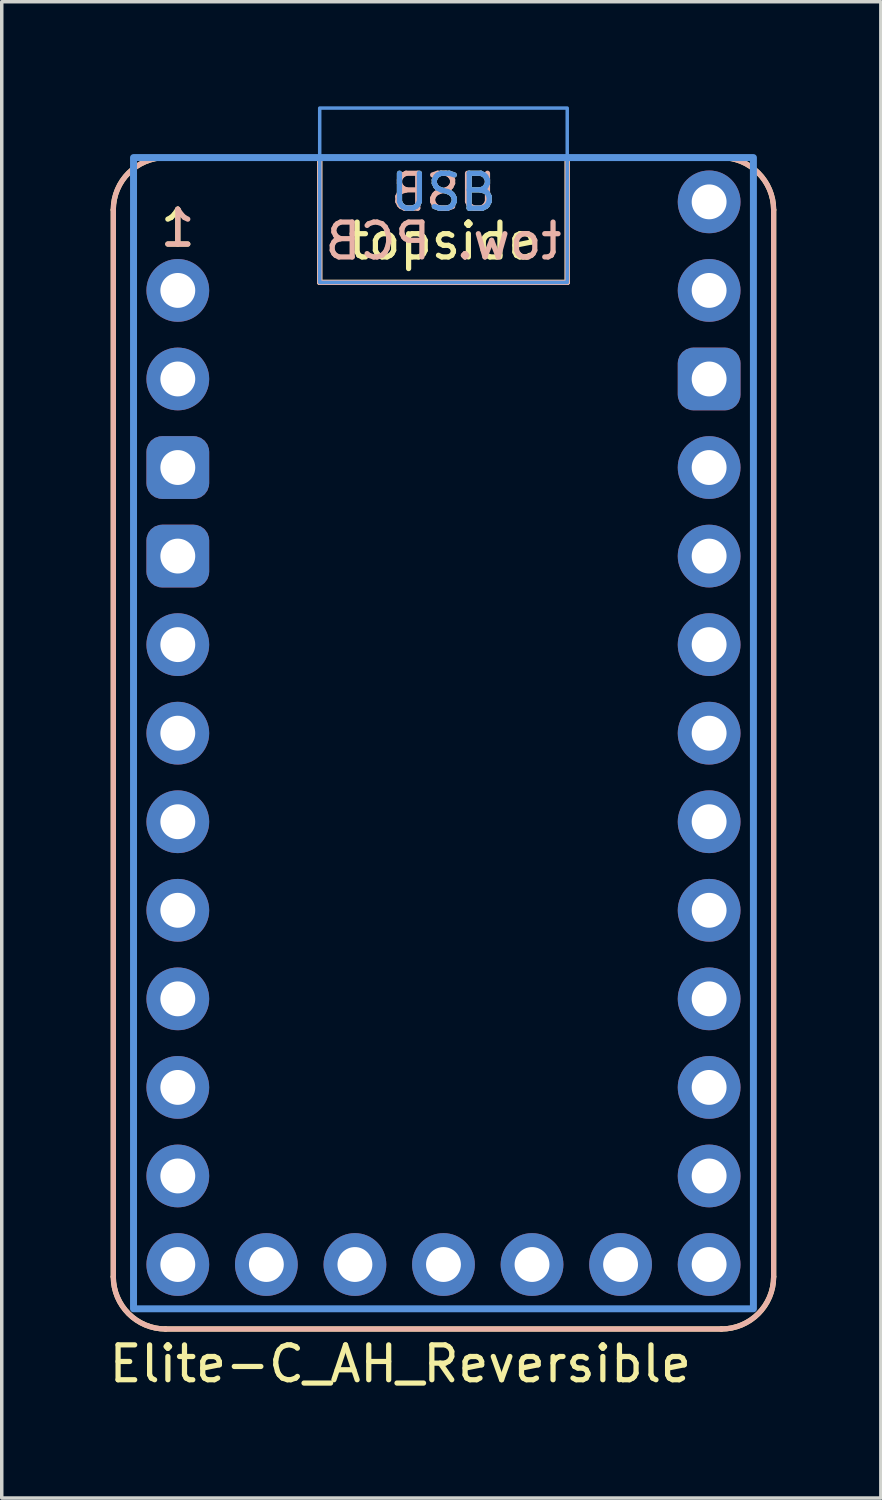
<source format=kicad_pcb>
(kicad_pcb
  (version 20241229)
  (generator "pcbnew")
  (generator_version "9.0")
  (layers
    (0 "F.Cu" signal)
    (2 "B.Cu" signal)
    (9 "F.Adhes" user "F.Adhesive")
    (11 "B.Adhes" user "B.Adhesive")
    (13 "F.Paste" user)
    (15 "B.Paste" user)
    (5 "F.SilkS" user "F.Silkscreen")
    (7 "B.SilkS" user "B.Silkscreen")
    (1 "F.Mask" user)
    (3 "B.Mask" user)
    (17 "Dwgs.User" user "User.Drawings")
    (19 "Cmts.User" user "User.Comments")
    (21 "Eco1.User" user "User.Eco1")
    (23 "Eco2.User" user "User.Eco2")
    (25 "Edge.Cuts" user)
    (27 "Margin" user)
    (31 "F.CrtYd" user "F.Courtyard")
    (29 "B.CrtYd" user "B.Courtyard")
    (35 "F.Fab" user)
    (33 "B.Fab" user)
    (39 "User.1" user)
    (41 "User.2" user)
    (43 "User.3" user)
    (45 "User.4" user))
  (footprint "Elite-C_AH_Reversible"
    (layer "F.Cu")
    (at 9.67 19.25)
    (property "Reference" "Elite-C_AH_Reversible" (at -9.67 16.82 0) (layer "F.SilkS") (effects (font (size 1 1) (thickness 0.15)) (justify left)))
    (attr through_hole exclude_from_pos_files exclude_from_bom)
    (fp_line (start -9.47 -16.28) (end -9.47 14.32) (stroke (width 0.15) (type default)) (layer "F.SilkS"))
    (fp_line (start -7.97 15.82) (end 7.97 15.82) (stroke (width 0.15) (type default)) (layer "F.SilkS"))
    (fp_line (start -3.55 -14.2) (end -3.55 -17.78) (stroke (width 0.15) (type default)) (layer "F.SilkS"))
    (fp_line (start 3.55 -14.2) (end -3.55 -14.2) (stroke (width 0.15) (type default)) (layer "F.SilkS"))
    (fp_line (start 3.55 -14.2) (end 3.55 -17.78) (stroke (width 0.15) (type default)) (layer "F.SilkS"))
    (fp_line (start 7.97 -17.78) (end -7.97 -17.78) (stroke (width 0.15) (type default)) (layer "F.SilkS"))
    (fp_line (start 9.47 14.32) (end 9.47 -16.28) (stroke (width 0.15) (type default)) (layer "F.SilkS"))
    (fp_arc (start -9.47 -16.28) (mid -9.03066 -17.34066) (end -7.97 -17.78) (stroke (width 0.15) (type default)) (layer "F.SilkS"))
    (fp_arc (start -7.97 15.82) (mid -9.03066 15.38066) (end -9.47 14.32) (stroke (width 0.15) (type default)) (layer "F.SilkS"))
    (fp_arc (start 7.97 -17.78) (mid 9.03066 -17.34066) (end 9.47 -16.28) (stroke (width 0.15) (type default)) (layer "F.SilkS"))
    (fp_arc (start 9.47 14.32) (mid 9.03066 15.38066) (end 7.97 15.82) (stroke (width 0.15) (type default)) (layer "F.SilkS"))
    (fp_line (start -9.47 14.32) (end -9.47 -16.28) (stroke (width 0.15) (type default)) (layer "B.SilkS"))
    (fp_line (start -7.97 -17.78) (end 7.97 -17.78) (stroke (width 0.15) (type default)) (layer "B.SilkS"))
    (fp_line (start -3.55 -14.2) (end -3.55 -17.78) (stroke (width 0.15) (type default)) (layer "B.SilkS"))
    (fp_line (start -3.55 -14.2) (end 3.55 -14.2) (stroke (width 0.15) (type default)) (layer "B.SilkS"))
    (fp_line (start 3.55 -14.2) (end 3.55 -17.78) (stroke (width 0.15) (type default)) (layer "B.SilkS"))
    (fp_line (start 7.97 15.82) (end -7.97 15.82) (stroke (width 0.15) (type default)) (layer "B.SilkS"))
    (fp_line (start 9.47 -16.28) (end 9.47 14.32) (stroke (width 0.15) (type default)) (layer "B.SilkS"))
    (fp_arc (start -9.47 -16.28) (mid -9.03066 -17.34066) (end -7.97 -17.78) (stroke (width 0.15) (type default)) (layer "B.SilkS"))
    (fp_arc (start -7.97 15.82) (mid -9.03066 15.38066) (end -9.47 14.32) (stroke (width 0.15) (type default)) (layer "B.SilkS"))
    (fp_arc (start 7.97 -17.78) (mid 9.03066 -17.34066) (end 9.47 -16.28) (stroke (width 0.15) (type default)) (layer "B.SilkS"))
    (fp_arc (start 9.47 14.32) (mid 9.03066 15.38066) (end 7.97 15.82) (stroke (width 0.15) (type default)) (layer "B.SilkS"))
    (fp_rect (start -3.55 -19.2) (end 3.55 -14.2) (stroke (width 0.1) (type default)) (fill no) (layer "Cmts.User"))
    (fp_rect (start 8.89 -17.78) (end -8.89 15.24) (stroke (width 0.2) (type solid)) (fill no) (layer "Cmts.User"))
    (fp_text user "topside" (at 0 -14.8 0) (unlocked yes) (layer "F.SilkS") (effects (font (size 1 1) (thickness 0.15)) (justify bottom)))
    (fp_text user "1" (at -7.62 -15.17 0) (layer "F.SilkS") (effects (font (size 1 1) (thickness 0.15)) (justify bottom)))
    (fp_text user "USB" (at 0 -16.2 0) (unlocked yes) (layer "F.SilkS") (effects (font (size 1 1) (thickness 0.15)) (justify bottom)))
    (fp_text user "tow. PCB" (at 0 -14.8 0) (unlocked yes) (layer "B.SilkS") (effects (font (size 1 1) (thickness 0.15)) (justify bottom mirror)))
    (fp_text user "1" (at -7.62 -15.17 0) (layer "B.SilkS") (effects (font (size 1 1) (thickness 0.15)) (justify bottom mirror)))
    (fp_text user "USB" (at 0 -16.2 0) (unlocked yes) (layer "B.SilkS") (effects (font (size 1 1) (thickness 0.15)) (justify bottom mirror)))
    (fp_text user "USB" (at 0 -16.2 0) (layer "Cmts.User") (effects (font (size 1 1) (thickness 0.15)) (justify bottom)))
    (pad "1" thru_hole circle (at -7.62 -13.97) (size 1.8 1.8) (drill 1) (layers "*.Cu" "*.Mask"))
    (pad "2" thru_hole circle (at -7.62 -11.43) (size 1.8 1.8) (drill 1) (layers "*.Cu" "*.Mask"))
    (pad "3" thru_hole roundrect (at -7.62 -8.89) (size 1.8 1.8) (drill 1) (layers "*.Cu" "*.Mask") (roundrect_rratio 0.25))
    (pad "4" thru_hole roundrect (at -7.62 -6.35) (size 1.8 1.8) (drill 1) (layers "*.Cu" "*.Mask") (roundrect_rratio 0.25))
    (pad "5" thru_hole circle (at -7.62 -3.81) (size 1.8 1.8) (drill 1) (layers "*.Cu" "*.Mask"))
    (pad "6" thru_hole circle (at -7.62 -1.27) (size 1.8 1.8) (drill 1) (layers "*.Cu" "*.Mask"))
    (pad "7" thru_hole circle (at -7.62 1.27) (size 1.8 1.8) (drill 1) (layers "*.Cu" "*.Mask"))
    (pad "8" thru_hole circle (at -7.62 3.81) (size 1.8 1.8) (drill 1) (layers "*.Cu" "*.Mask"))
    (pad "9" thru_hole circle (at -7.62 6.35) (size 1.8 1.8) (drill 1) (layers "*.Cu" "*.Mask"))
    (pad "10" thru_hole circle (at -7.62 8.89) (size 1.8 1.8) (drill 1) (layers "*.Cu" "*.Mask"))
    (pad "11" thru_hole circle (at -7.62 11.43) (size 1.8 1.8) (drill 1) (layers "*.Cu" "*.Mask"))
    (pad "12" thru_hole circle (at -7.62 13.97) (size 1.8 1.8) (drill 1) (layers "*.Cu" "*.Mask"))
    (pad "13" thru_hole circle (at 7.62 -13.97) (size 1.8 1.8) (drill 1) (layers "*.Cu" "*.Mask"))
    (pad "14" thru_hole roundrect (at 7.62 -11.43) (size 1.8 1.8) (drill 1) (layers "*.Cu" "*.Mask") (roundrect_rratio 0.25))
    (pad "15" thru_hole circle (at 7.62 -8.89) (size 1.8 1.8) (drill 1) (layers "*.Cu" "*.Mask"))
    (pad "16" thru_hole circle (at 7.62 -6.35) (size 1.8 1.8) (drill 1) (layers "*.Cu" "*.Mask"))
    (pad "17" thru_hole circle (at 7.62 -3.81) (size 1.8 1.8) (drill 1) (layers "*.Cu" "*.Mask"))
    (pad "18" thru_hole circle (at 7.62 -1.27) (size 1.8 1.8) (drill 1) (layers "*.Cu" "*.Mask"))
    (pad "19" thru_hole circle (at 7.62 1.27) (size 1.8 1.8) (drill 1) (layers "*.Cu" "*.Mask"))
    (pad "20" thru_hole circle (at 7.62 3.81) (size 1.8 1.8) (drill 1) (layers "*.Cu" "*.Mask"))
    (pad "21" thru_hole circle (at 7.62 6.35) (size 1.8 1.8) (drill 1) (layers "*.Cu" "*.Mask"))
    (pad "22" thru_hole circle (at 7.62 8.89) (size 1.8 1.8) (drill 1) (layers "*.Cu" "*.Mask"))
    (pad "23" thru_hole circle (at 7.62 11.43) (size 1.8 1.8) (drill 1) (layers "*.Cu" "*.Mask"))
    (pad "24" thru_hole circle (at 7.62 13.97) (size 1.8 1.8) (drill 1) (layers "*.Cu" "*.Mask"))
    (pad "25" thru_hole circle (at -5.08 13.97) (size 1.8 1.8) (drill 1) (layers "*.Cu" "*.Mask"))
    (pad "26" thru_hole circle (at -2.54 13.97) (size 1.8 1.8) (drill 1) (layers "*.Cu" "*.Mask"))
    (pad "27" thru_hole circle (at 0 13.97) (size 1.8 1.8) (drill 1) (layers "*.Cu" "*.Mask"))
    (pad "28" thru_hole circle (at 2.54 13.97) (size 1.8 1.8) (drill 1) (layers "*.Cu" "*.Mask"))
    (pad "29" thru_hole circle (at 5.08 13.97) (size 1.8 1.8) (drill 1) (layers "*.Cu" "*.Mask"))
    (pad "30" thru_hole circle (at 7.62 -16.51) (size 1.8 1.8) (drill 1) (layers "*.Cu" "*.Mask")))
  (gr_rect
    (start -3 -3)
    (end 22.215 39.918)
    (stroke (width 0.1) (type default))
    (fill no)
    (layer "Edge.Cuts")))
</source>
